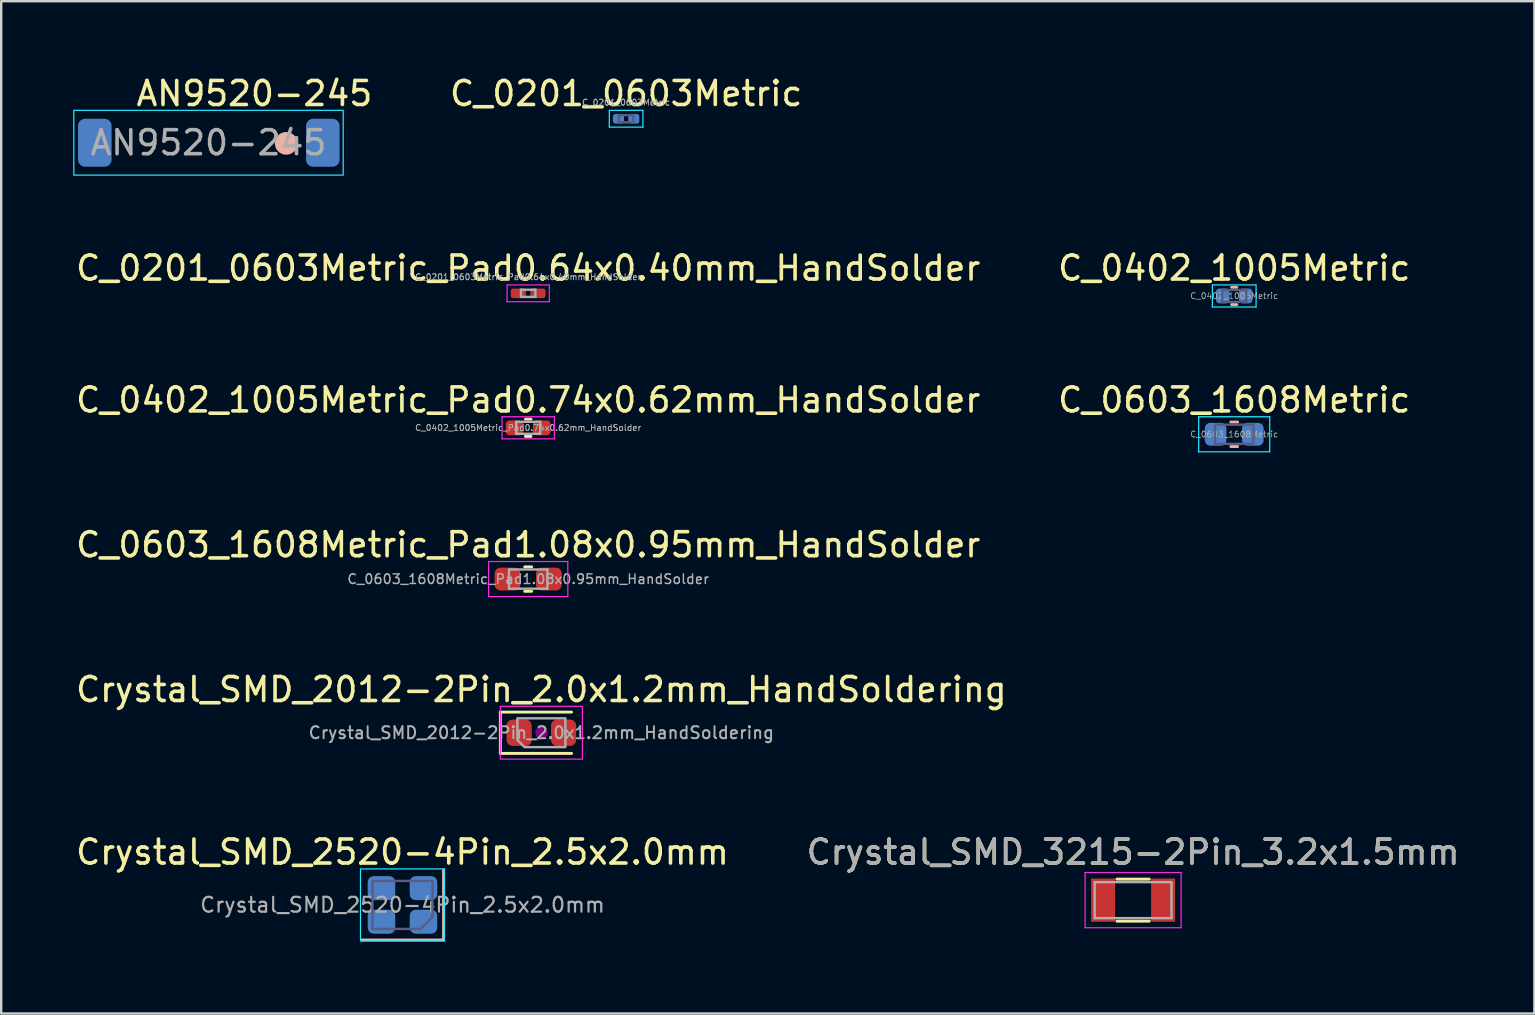
<source format=kicad_pcb>
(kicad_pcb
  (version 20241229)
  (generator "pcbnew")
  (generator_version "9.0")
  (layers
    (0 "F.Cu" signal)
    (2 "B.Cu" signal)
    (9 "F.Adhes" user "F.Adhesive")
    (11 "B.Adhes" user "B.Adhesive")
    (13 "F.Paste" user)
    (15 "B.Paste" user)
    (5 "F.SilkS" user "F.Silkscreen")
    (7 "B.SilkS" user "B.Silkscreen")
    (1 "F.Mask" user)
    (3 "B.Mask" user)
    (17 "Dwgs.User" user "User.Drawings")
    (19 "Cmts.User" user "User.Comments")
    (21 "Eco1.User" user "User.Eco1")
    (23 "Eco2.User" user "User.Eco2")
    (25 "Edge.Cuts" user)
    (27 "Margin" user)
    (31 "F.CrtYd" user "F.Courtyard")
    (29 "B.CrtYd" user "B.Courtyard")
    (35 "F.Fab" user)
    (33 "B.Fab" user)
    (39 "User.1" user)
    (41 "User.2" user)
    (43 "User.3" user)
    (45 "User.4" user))
  (footprint "C_0201_0603Metric"
    (layer "F.Cu")
    (at 23.038 1.898)
    (property "Reference" "C_0201_0603Metric" (at 0 -1.05 0) (layer "F.SilkS") (effects (font (size 1 1) (thickness 0.15))))
    (attr smd)
    (fp_line (start -0.7 -0.35) (end -0.7 0.35) (stroke (width 0.05) (type solid)) (layer "B.CrtYd"))
    (fp_line (start -0.7 0.35) (end 0.7 0.35) (stroke (width 0.05) (type solid)) (layer "B.CrtYd"))
    (fp_line (start 0.7 -0.35) (end -0.7 -0.35) (stroke (width 0.05) (type solid)) (layer "B.CrtYd"))
    (fp_line (start 0.7 0.35) (end 0.7 -0.35) (stroke (width 0.05) (type solid)) (layer "B.CrtYd"))
    (fp_line (start -0.3 -0.15) (end -0.3 0.15) (stroke (width 0.1) (type solid)) (layer "B.Fab"))
    (fp_line (start -0.3 0.15) (end 0.3 0.15) (stroke (width 0.1) (type solid)) (layer "B.Fab"))
    (fp_line (start 0.3 -0.15) (end -0.3 -0.15) (stroke (width 0.1) (type solid)) (layer "B.Fab"))
    (fp_line (start 0.3 0.15) (end 0.3 -0.15) (stroke (width 0.1) (type solid)) (layer "B.Fab"))
    (fp_text user "${REFERENCE}" (at 0 -0.68 0) (layer "F.Fab") (effects (font (size 0.25 0.25) (thickness 0.04))))
    (pad "" smd roundrect (at -0.345 0) (size 0.318 0.36) (layers "B.Paste") (roundrect_rratio 0.25))
    (pad "" smd roundrect (at 0.345 0) (size 0.318 0.36) (layers "B.Paste") (roundrect_rratio 0.25))
    (pad "1" smd roundrect (at 0.32 0) (size 0.46 0.4) (layers "B.Cu" "B.Mask") (roundrect_rratio 0.25))
    (pad "2" smd roundrect (at -0.32 0) (size 0.46 0.4) (layers "B.Cu" "B.Mask") (roundrect_rratio 0.25)))
  (footprint "C_0402_1005Metric"
    (layer "F.Cu")
    (at 48.375 9.281)
    (property "Reference" "C_0402_1005Metric" (at 0 -1.16 0) (layer "F.SilkS") (effects (font (size 1 1) (thickness 0.15))))
    (attr smd)
    (fp_line (start 0.108 -0.36) (end -0.108 -0.36) (stroke (width 0.12) (type solid)) (layer "B.SilkS"))
    (fp_line (start 0.108 0.36) (end -0.108 0.36) (stroke (width 0.12) (type solid)) (layer "B.SilkS"))
    (fp_line (start -0.91 -0.46) (end -0.91 0.46) (stroke (width 0.05) (type solid)) (layer "B.CrtYd"))
    (fp_line (start -0.91 0.46) (end 0.91 0.46) (stroke (width 0.05) (type solid)) (layer "B.CrtYd"))
    (fp_line (start 0.91 -0.46) (end -0.91 -0.46) (stroke (width 0.05) (type solid)) (layer "B.CrtYd"))
    (fp_line (start 0.91 0.46) (end 0.91 -0.46) (stroke (width 0.05) (type solid)) (layer "B.CrtYd"))
    (fp_line (start -0.5 -0.25) (end -0.5 0.25) (stroke (width 0.1) (type solid)) (layer "B.Fab"))
    (fp_line (start -0.5 0.25) (end 0.5 0.25) (stroke (width 0.1) (type solid)) (layer "B.Fab"))
    (fp_line (start 0.5 -0.25) (end -0.5 -0.25) (stroke (width 0.1) (type solid)) (layer "B.Fab"))
    (fp_line (start 0.5 0.25) (end 0.5 -0.25) (stroke (width 0.1) (type solid)) (layer "B.Fab"))
    (fp_text user "${REFERENCE}" (at 0 0 0) (layer "F.Fab") (effects (font (size 0.25 0.25) (thickness 0.031))))
    (pad "1" smd roundrect (at 0.48 0) (size 0.56 0.62) (layers "B.Cu" "B.Mask" "B.Paste") (roundrect_rratio 0.25))
    (pad "2" smd roundrect (at -0.48 0) (size 0.56 0.62) (layers "B.Cu" "B.Mask" "B.Paste") (roundrect_rratio 0.25)))
  (footprint "Crystal_SMD_2520-4Pin_2.5x2.0mm"
    (layer "F.Cu")
    (at 13.72 34.654)
    (property "Reference" "Crystal_SMD_2520-4Pin_2.5x2.0mm" (at 0 -2.2 0) (layer "F.SilkS") (effects (font (size 1 1) (thickness 0.15))))
    (attr smd)
    (fp_line (start 1.71 -1.46) (end 1.71 1.46) (stroke (width 0.12) (type solid)) (layer "B.SilkS"))
    (fp_line (start 1.71 1.46) (end -1.71 1.46) (stroke (width 0.12) (type solid)) (layer "B.SilkS"))
    (fp_rect (start -1.75 -1.5) (end 1.75 1.5) (stroke (width 0.05) (type solid)) (fill no) (layer "B.CrtYd"))
    (fp_poly (pts (xy 1.25 -1) (xy 1.25 0.5) (xy 0.75 1) (xy -1.25 1) (xy -1.25 -1)) (stroke (width 0.1) (type solid)) (fill no) (layer "B.Fab"))
    (fp_text user "${REFERENCE}" (at 0 0 0) (layer "F.Fab") (effects (font (size 0.62 0.62) (thickness 0.09))))
    (pad "1" smd roundrect (at 0.875 0.7) (size 1.15 1) (layers "B.Cu" "B.Mask" "B.Paste") (roundrect_rratio 0.25))
    (pad "2" smd roundrect (at -0.875 0.7) (size 1.15 1) (layers "B.Cu" "B.Mask" "B.Paste") (roundrect_rratio 0.25))
    (pad "3" smd roundrect (at -0.875 -0.7) (size 1.15 1) (layers "B.Cu" "B.Mask" "B.Paste") (roundrect_rratio 0.25))
    (pad "4" smd roundrect (at 0.875 -0.7) (size 1.15 1) (layers "B.Cu" "B.Mask" "B.Paste") (roundrect_rratio 0.25)))
  (footprint "C_0201_0603Metric_Pad0.64x0.40mm_HandSolder"
    (layer "F.Cu")
    (at 18.958 9.171)
    (property "Reference" "C_0201_0603Metric_Pad0.64x0.40mm_HandSolder" (at 0 -1.05 0) (layer "F.SilkS") (effects (font (size 1 1) (thickness 0.15))))
    (attr smd)
    (fp_line (start -0.88 -0.35) (end 0.88 -0.35) (stroke (width 0.05) (type solid)) (layer "F.CrtYd"))
    (fp_line (start -0.88 0.35) (end -0.88 -0.35) (stroke (width 0.05) (type solid)) (layer "F.CrtYd"))
    (fp_line (start 0.88 -0.35) (end 0.88 0.35) (stroke (width 0.05) (type solid)) (layer "F.CrtYd"))
    (fp_line (start 0.88 0.35) (end -0.88 0.35) (stroke (width 0.05) (type solid)) (layer "F.CrtYd"))
    (fp_line (start -0.3 -0.15) (end 0.3 -0.15) (stroke (width 0.1) (type solid)) (layer "F.Fab"))
    (fp_line (start -0.3 0.15) (end -0.3 -0.15) (stroke (width 0.1) (type solid)) (layer "F.Fab"))
    (fp_line (start 0.3 -0.15) (end 0.3 0.15) (stroke (width 0.1) (type solid)) (layer "F.Fab"))
    (fp_line (start 0.3 0.15) (end -0.3 0.15) (stroke (width 0.1) (type solid)) (layer "F.Fab"))
    (fp_text user "${REFERENCE}" (at 0 -0.68 0) (layer "F.Fab") (effects (font (size 0.25 0.25) (thickness 0.04))))
    (pad "" smd roundrect (at -0.432 0) (size 0.458 0.36) (layers "F.Paste") (roundrect_rratio 0.25))
    (pad "" smd roundrect (at 0.432 0) (size 0.458 0.36) (layers "F.Paste") (roundrect_rratio 0.25))
    (pad "1" smd roundrect (at -0.407 0) (size 0.635 0.4) (layers "F.Cu" "F.Mask") (roundrect_rratio 0.25))
    (pad "2" smd roundrect (at 0.407 0) (size 0.635 0.4) (layers "F.Cu" "F.Mask") (roundrect_rratio 0.25)))
  (footprint "C_0603_1608Metric_Pad1.08x0.95mm_HandSolder"
    (layer "F.Cu")
    (at 18.958 21.078)
    (property "Reference" "C_0603_1608Metric_Pad1.08x0.95mm_HandSolder" (at 0 -1.43 0) (layer "F.SilkS") (effects (font (size 1 1) (thickness 0.15))))
    (attr smd)
    (fp_line (start -0.146 -0.51) (end 0.146 -0.51) (stroke (width 0.12) (type solid)) (layer "F.SilkS"))
    (fp_line (start -0.146 0.51) (end 0.146 0.51) (stroke (width 0.12) (type solid)) (layer "F.SilkS"))
    (fp_line (start -1.65 -0.73) (end 1.65 -0.73) (stroke (width 0.05) (type solid)) (layer "F.CrtYd"))
    (fp_line (start -1.65 0.73) (end -1.65 -0.73) (stroke (width 0.05) (type solid)) (layer "F.CrtYd"))
    (fp_line (start 1.65 -0.73) (end 1.65 0.73) (stroke (width 0.05) (type solid)) (layer "F.CrtYd"))
    (fp_line (start 1.65 0.73) (end -1.65 0.73) (stroke (width 0.05) (type solid)) (layer "F.CrtYd"))
    (fp_line (start -0.8 -0.4) (end 0.8 -0.4) (stroke (width 0.1) (type solid)) (layer "F.Fab"))
    (fp_line (start -0.8 0.4) (end -0.8 -0.4) (stroke (width 0.1) (type solid)) (layer "F.Fab"))
    (fp_line (start 0.8 -0.4) (end 0.8 0.4) (stroke (width 0.1) (type solid)) (layer "F.Fab"))
    (fp_line (start 0.8 0.4) (end -0.8 0.4) (stroke (width 0.1) (type solid)) (layer "F.Fab"))
    (fp_text user "${REFERENCE}" (at 0 0 0) (layer "F.Fab") (effects (font (size 0.4 0.4) (thickness 0.06))))
    (pad "1" smd roundrect (at -0.863 0) (size 1.075 0.95) (layers "F.Cu" "F.Mask" "F.Paste") (roundrect_rratio 0.25))
    (pad "2" smd roundrect (at 0.863 0) (size 1.075 0.95) (layers "F.Cu" "F.Mask" "F.Paste") (roundrect_rratio 0.25)))
  (footprint "AN9520-245"
    (layer "F.Cu")
    (at 7.55 2.898)
    (property "Reference" "AN9520-245" (at 0 -2.05 0) (layer "F.SilkS") (effects (font (size 1 1) (thickness 0.15))))
    (attr smd)
    (fp_circle (center 1.325 0.025) (end 1.026 -0.274) (stroke (width 0.1) (type solid)) (fill yes) (layer "B.SilkS"))
    (fp_rect (start -7.525 -1.35) (end 3.7 1.35) (stroke (width 0.05) (type default)) (fill no) (layer "B.CrtYd"))
    (fp_text user "${REFERENCE}" (at -1.913 0 0) (layer "F.Fab") (effects (font (size 1 1) (thickness 0.15))))
    (pad "1" smd roundrect (at 2.85 0) (size 1.4 2) (layers "B.Cu" "B.Mask" "B.Paste") (roundrect_rratio 0.208))
    (pad "2" smd roundrect (at -6.65 0) (size 1.4 2) (layers "B.Cu" "B.Mask" "B.Paste") (roundrect_rratio 0.208)))
  (footprint "C_0603_1608Metric"
    (layer "F.Cu")
    (at 48.375 15.045)
    (property "Reference" "C_0603_1608Metric" (at 0 -1.43 0) (layer "F.SilkS") (effects (font (size 1 1) (thickness 0.15))))
    (attr smd)
    (fp_line (start 0.141 -0.51) (end -0.141 -0.51) (stroke (width 0.12) (type solid)) (layer "B.SilkS"))
    (fp_line (start 0.141 0.51) (end -0.141 0.51) (stroke (width 0.12) (type solid)) (layer "B.SilkS"))
    (fp_line (start -1.48 -0.73) (end -1.48 0.73) (stroke (width 0.05) (type solid)) (layer "B.CrtYd"))
    (fp_line (start -1.48 0.73) (end 1.48 0.73) (stroke (width 0.05) (type solid)) (layer "B.CrtYd"))
    (fp_line (start 1.48 -0.73) (end -1.48 -0.73) (stroke (width 0.05) (type solid)) (layer "B.CrtYd"))
    (fp_line (start 1.48 0.73) (end 1.48 -0.73) (stroke (width 0.05) (type solid)) (layer "B.CrtYd"))
    (fp_line (start -0.8 -0.4) (end -0.8 0.4) (stroke (width 0.1) (type solid)) (layer "B.Fab"))
    (fp_line (start -0.8 0.4) (end 0.8 0.4) (stroke (width 0.1) (type solid)) (layer "B.Fab"))
    (fp_line (start 0.8 -0.4) (end -0.8 -0.4) (stroke (width 0.1) (type solid)) (layer "B.Fab"))
    (fp_line (start 0.8 0.4) (end 0.8 -0.4) (stroke (width 0.1) (type solid)) (layer "B.Fab"))
    (fp_text user "${REFERENCE}" (at 0 0 0) (layer "F.Fab") (effects (font (size 0.25 0.25) (thickness 0.031))))
    (pad "1" smd roundrect (at 0.775 0) (size 0.9 0.95) (layers "B.Cu" "B.Mask" "B.Paste") (roundrect_rratio 0.25))
    (pad "2" smd roundrect (at -0.775 0) (size 0.9 0.95) (layers "B.Cu" "B.Mask" "B.Paste") (roundrect_rratio 0.25)))
  (footprint "C_0402_1005Metric_Pad0.74x0.62mm_HandSolder"
    (layer "F.Cu")
    (at 18.958 14.775)
    (property "Reference" "C_0402_1005Metric_Pad0.74x0.62mm_HandSolder" (at 0 -1.16 0) (layer "F.SilkS") (effects (font (size 1 1) (thickness 0.15))))
    (attr smd)
    (fp_line (start -0.116 -0.36) (end 0.116 -0.36) (stroke (width 0.12) (type solid)) (layer "F.SilkS"))
    (fp_line (start -0.116 0.36) (end 0.116 0.36) (stroke (width 0.12) (type solid)) (layer "F.SilkS"))
    (fp_line (start -1.09 -0.46) (end 1.09 -0.46) (stroke (width 0.05) (type solid)) (layer "F.CrtYd"))
    (fp_line (start -1.09 0.46) (end -1.09 -0.46) (stroke (width 0.05) (type solid)) (layer "F.CrtYd"))
    (fp_line (start 1.09 -0.46) (end 1.09 0.46) (stroke (width 0.05) (type solid)) (layer "F.CrtYd"))
    (fp_line (start 1.09 0.46) (end -1.09 0.46) (stroke (width 0.05) (type solid)) (layer "F.CrtYd"))
    (fp_line (start -0.5 -0.25) (end 0.5 -0.25) (stroke (width 0.1) (type solid)) (layer "F.Fab"))
    (fp_line (start -0.5 0.25) (end -0.5 -0.25) (stroke (width 0.1) (type solid)) (layer "F.Fab"))
    (fp_line (start 0.5 -0.25) (end 0.5 0.25) (stroke (width 0.1) (type solid)) (layer "F.Fab"))
    (fp_line (start 0.5 0.25) (end -0.5 0.25) (stroke (width 0.1) (type solid)) (layer "F.Fab"))
    (fp_text user "${REFERENCE}" (at 0 0 0) (layer "F.Fab") (effects (font (size 0.25 0.25) (thickness 0.04))))
    (pad "1" smd roundrect (at -0.568 0) (size 0.735 0.62) (layers "F.Cu" "F.Mask" "F.Paste") (roundrect_rratio 0.25))
    (pad "2" smd roundrect (at 0.568 0) (size 0.735 0.62) (layers "F.Cu" "F.Mask" "F.Paste") (roundrect_rratio 0.25)))
  (footprint "Crystal_SMD_3215-2Pin_3.2x1.5mm"
    (layer "F.Cu")
    (at 44.161 34.455)
    (property "Reference" "Crystal_SMD_3215-2Pin_3.2x1.5mm" (at 0 -2 0) (layer "F.SilkS") (effects (font (size 1 1) (thickness 0.15))))
    (attr smd)
    (fp_line (start -0.675 -0.875) (end 0.675 -0.875) (stroke (width 0.12) (type solid)) (layer "F.SilkS"))
    (fp_line (start -0.675 0.875) (end 0.675 0.875) (stroke (width 0.12) (type solid)) (layer "F.SilkS"))
    (fp_line (start -2 -1.15) (end -2 1.15) (stroke (width 0.05) (type solid)) (layer "F.CrtYd"))
    (fp_line (start -2 -1.15) (end 2 -1.15) (stroke (width 0.05) (type solid)) (layer "F.CrtYd"))
    (fp_line (start -2 1.15) (end 2 1.15) (stroke (width 0.05) (type solid)) (layer "F.CrtYd"))
    (fp_line (start 2 -1.15) (end 2 1.15) (stroke (width 0.05) (type solid)) (layer "F.CrtYd"))
    (fp_line (start -1.6 -0.75) (end -1.6 0.75) (stroke (width 0.1) (type solid)) (layer "F.Fab"))
    (fp_line (start -1.6 -0.75) (end 1.6 -0.75) (stroke (width 0.1) (type solid)) (layer "F.Fab"))
    (fp_line (start -1.6 0.75) (end 1.6 0.75) (stroke (width 0.1) (type solid)) (layer "F.Fab"))
    (fp_line (start 1.6 -0.75) (end 1.6 0.75) (stroke (width 0.1) (type solid)) (layer "F.Fab"))
    (fp_text user "${REFERENCE}" (at 0 -2 0) (layer "F.Fab") (effects (font (size 1 1) (thickness 0.15))))
    (pad "1" smd rect (at 1.25 0) (size 1 1.8) (layers "F.Cu" "F.Mask" "F.Paste"))
    (pad "2" smd rect (at -1.25 0) (size 1 1.8) (layers "F.Cu" "F.Mask" "F.Paste")))
  (footprint "Crystal_SMD_2012-2Pin_2.0x1.2mm_HandSoldering"
    (layer "F.Cu")
    (at 19.506 27.481)
    (property "Reference" "Crystal_SMD_2012-2Pin_2.0x1.2mm_HandSoldering" (at 0 -1.8 0) (layer "F.SilkS") (effects (font (size 1 1) (thickness 0.15))))
    (attr smd)
    (fp_line (start -1.71 -0.86) (end -1.71 0.86) (stroke (width 0.12) (type solid)) (layer "F.SilkS"))
    (fp_line (start -1.71 0.86) (end 1.26 0.86) (stroke (width 0.12) (type solid)) (layer "F.SilkS"))
    (fp_line (start 1.26 -0.86) (end -1.71 -0.86) (stroke (width 0.12) (type solid)) (layer "F.SilkS"))
    (fp_circle (center 0 0) (end 0.2 0) (stroke (width 0.1) (type solid)) (fill yes) (layer "F.Adhes"))
    (fp_rect (start -1.71 -1.1) (end 1.71 1.1) (stroke (width 0.05) (type solid)) (fill no) (layer "F.CrtYd"))
    (fp_poly (pts (xy -1 -0.6) (xy -1 0.3) (xy -0.7 0.6) (xy 1 0.6) (xy 1 -0.6)) (stroke (width 0.1) (type solid)) (fill no) (layer "F.Fab"))
    (fp_text user "${REFERENCE}" (at 0 0 0) (layer "F.Fab") (effects (font (size 0.5 0.5) (thickness 0.08))))
    (pad "1" smd roundrect (at -0.925 0) (size 1.05 1.1) (layers "F.Cu" "F.Mask" "F.Paste") (roundrect_rratio 0.238))
    (pad "2" smd roundrect (at 0.925 0) (size 1.05 1.1) (layers "F.Cu" "F.Mask" "F.Paste") (roundrect_rratio 0.238)))
  (gr_rect
    (start -3 -3)
    (end 60.881 39.179)
    (stroke (width 0.1) (type default))
    (fill no)
    (layer "Edge.Cuts")))
</source>
